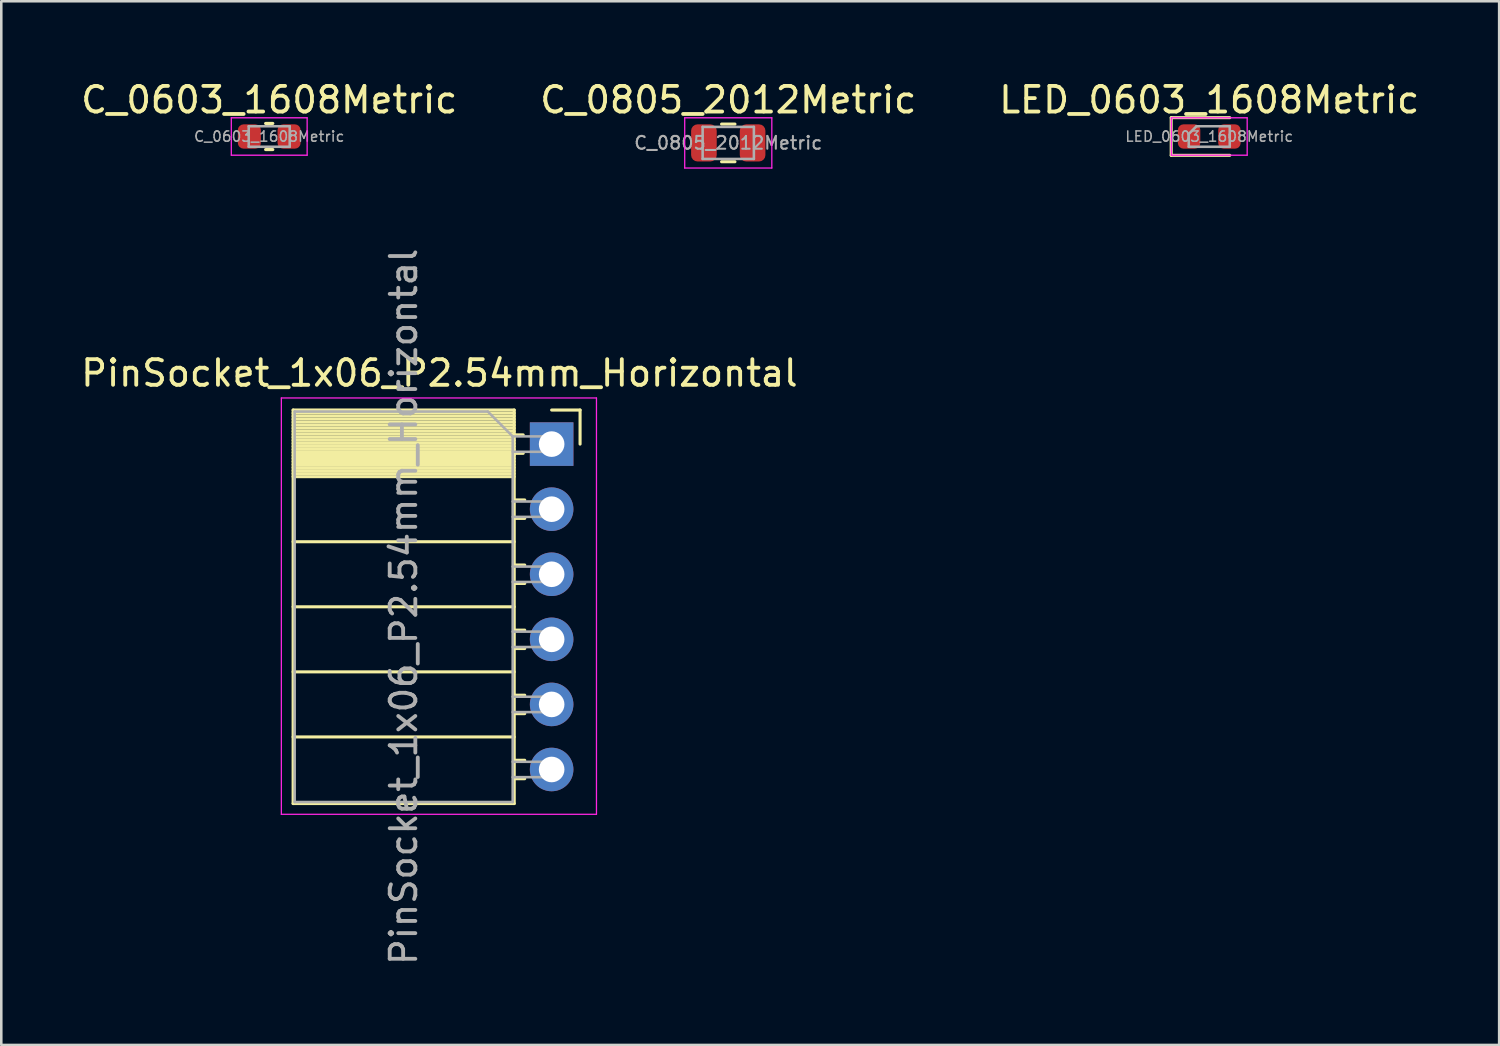
<source format=kicad_pcb>
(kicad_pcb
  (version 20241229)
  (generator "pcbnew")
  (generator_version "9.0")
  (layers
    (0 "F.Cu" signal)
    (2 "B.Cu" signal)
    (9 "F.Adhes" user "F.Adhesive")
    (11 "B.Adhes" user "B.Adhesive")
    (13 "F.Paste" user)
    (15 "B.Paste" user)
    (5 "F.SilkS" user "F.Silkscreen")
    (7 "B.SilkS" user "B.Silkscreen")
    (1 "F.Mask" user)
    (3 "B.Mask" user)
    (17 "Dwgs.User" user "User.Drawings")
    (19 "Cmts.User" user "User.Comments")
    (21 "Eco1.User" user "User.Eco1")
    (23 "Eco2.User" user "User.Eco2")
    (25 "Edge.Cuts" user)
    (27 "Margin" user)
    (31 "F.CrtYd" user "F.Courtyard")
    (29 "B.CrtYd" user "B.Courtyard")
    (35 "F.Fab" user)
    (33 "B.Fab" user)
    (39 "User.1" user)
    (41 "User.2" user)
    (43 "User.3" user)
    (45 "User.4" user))
  (footprint "C_0603_1608Metric"
    (layer "F.Cu")
    (at 7.458 2.278)
    (property "Reference" "C_0603_1608Metric" (at 0 -1.43 0) (layer "F.SilkS") (effects (font (size 1 1) (thickness 0.15))))
    (attr smd)
    (fp_line (start -0.141 -0.51) (end 0.141 -0.51) (stroke (width 0.12) (type solid)) (layer "F.SilkS"))
    (fp_line (start -0.141 0.51) (end 0.141 0.51) (stroke (width 0.12) (type solid)) (layer "F.SilkS"))
    (fp_line (start -1.48 -0.73) (end 1.48 -0.73) (stroke (width 0.05) (type solid)) (layer "F.CrtYd"))
    (fp_line (start -1.48 0.73) (end -1.48 -0.73) (stroke (width 0.05) (type solid)) (layer "F.CrtYd"))
    (fp_line (start 1.48 -0.73) (end 1.48 0.73) (stroke (width 0.05) (type solid)) (layer "F.CrtYd"))
    (fp_line (start 1.48 0.73) (end -1.48 0.73) (stroke (width 0.05) (type solid)) (layer "F.CrtYd"))
    (fp_line (start -0.8 -0.4) (end 0.8 -0.4) (stroke (width 0.1) (type solid)) (layer "F.Fab"))
    (fp_line (start -0.8 0.4) (end -0.8 -0.4) (stroke (width 0.1) (type solid)) (layer "F.Fab"))
    (fp_line (start 0.8 -0.4) (end 0.8 0.4) (stroke (width 0.1) (type solid)) (layer "F.Fab"))
    (fp_line (start 0.8 0.4) (end -0.8 0.4) (stroke (width 0.1) (type solid)) (layer "F.Fab"))
    (fp_text user "${REFERENCE}" (at 0 0 0) (layer "F.Fab") (effects (font (size 0.4 0.4) (thickness 0.06))))
    (pad "1" smd roundrect (at -0.775 0) (size 0.9 0.95) (layers "F.Cu" "F.Mask" "F.Paste") (roundrect_rratio 0.25))
    (pad "2" smd roundrect (at 0.775 0) (size 0.9 0.95) (layers "F.Cu" "F.Mask" "F.Paste") (roundrect_rratio 0.25)))
  (footprint "PinSocket_1x06_P2.54mm_Horizontal"
    (layer "F.Cu")
    (at 18.481 14.284)
    (property "Reference" "PinSocket_1x06_P2.54mm_Horizontal" (at -4.38 -2.77 0) (layer "F.SilkS") (effects (font (size 1 1) (thickness 0.15))))
    (attr through_hole)
    (fp_line (start -10.09 -1.33) (end -10.09 14.03) (stroke (width 0.12) (type solid)) (layer "F.SilkS"))
    (fp_line (start -10.09 -1.33) (end -1.46 -1.33) (stroke (width 0.12) (type solid)) (layer "F.SilkS"))
    (fp_line (start -10.09 -1.21) (end -1.46 -1.21) (stroke (width 0.12) (type solid)) (layer "F.SilkS"))
    (fp_line (start -10.09 -1.092) (end -1.46 -1.092) (stroke (width 0.12) (type solid)) (layer "F.SilkS"))
    (fp_line (start -10.09 -0.974) (end -1.46 -0.974) (stroke (width 0.12) (type solid)) (layer "F.SilkS"))
    (fp_line (start -10.09 -0.856) (end -1.46 -0.856) (stroke (width 0.12) (type solid)) (layer "F.SilkS"))
    (fp_line (start -10.09 -0.738) (end -1.46 -0.738) (stroke (width 0.12) (type solid)) (layer "F.SilkS"))
    (fp_line (start -10.09 -0.62) (end -1.46 -0.62) (stroke (width 0.12) (type solid)) (layer "F.SilkS"))
    (fp_line (start -10.09 -0.501) (end -1.46 -0.501) (stroke (width 0.12) (type solid)) (layer "F.SilkS"))
    (fp_line (start -10.09 -0.383) (end -1.46 -0.383) (stroke (width 0.12) (type solid)) (layer "F.SilkS"))
    (fp_line (start -10.09 -0.265) (end -1.46 -0.265) (stroke (width 0.12) (type solid)) (layer "F.SilkS"))
    (fp_line (start -10.09 -0.147) (end -1.46 -0.147) (stroke (width 0.12) (type solid)) (layer "F.SilkS"))
    (fp_line (start -10.09 -0.029) (end -1.46 -0.029) (stroke (width 0.12) (type solid)) (layer "F.SilkS"))
    (fp_line (start -10.09 0.089) (end -1.46 0.089) (stroke (width 0.12) (type solid)) (layer "F.SilkS"))
    (fp_line (start -10.09 0.207) (end -1.46 0.207) (stroke (width 0.12) (type solid)) (layer "F.SilkS"))
    (fp_line (start -10.09 0.325) (end -1.46 0.325) (stroke (width 0.12) (type solid)) (layer "F.SilkS"))
    (fp_line (start -10.09 0.443) (end -1.46 0.443) (stroke (width 0.12) (type solid)) (layer "F.SilkS"))
    (fp_line (start -10.09 0.561) (end -1.46 0.561) (stroke (width 0.12) (type solid)) (layer "F.SilkS"))
    (fp_line (start -10.09 0.68) (end -1.46 0.68) (stroke (width 0.12) (type solid)) (layer "F.SilkS"))
    (fp_line (start -10.09 0.798) (end -1.46 0.798) (stroke (width 0.12) (type solid)) (layer "F.SilkS"))
    (fp_line (start -10.09 0.916) (end -1.46 0.916) (stroke (width 0.12) (type solid)) (layer "F.SilkS"))
    (fp_line (start -10.09 1.034) (end -1.46 1.034) (stroke (width 0.12) (type solid)) (layer "F.SilkS"))
    (fp_line (start -10.09 1.152) (end -1.46 1.152) (stroke (width 0.12) (type solid)) (layer "F.SilkS"))
    (fp_line (start -10.09 1.27) (end -1.46 1.27) (stroke (width 0.12) (type solid)) (layer "F.SilkS"))
    (fp_line (start -10.09 3.81) (end -1.46 3.81) (stroke (width 0.12) (type solid)) (layer "F.SilkS"))
    (fp_line (start -10.09 6.35) (end -1.46 6.35) (stroke (width 0.12) (type solid)) (layer "F.SilkS"))
    (fp_line (start -10.09 8.89) (end -1.46 8.89) (stroke (width 0.12) (type solid)) (layer "F.SilkS"))
    (fp_line (start -10.09 11.43) (end -1.46 11.43) (stroke (width 0.12) (type solid)) (layer "F.SilkS"))
    (fp_line (start -10.09 14.03) (end -1.46 14.03) (stroke (width 0.12) (type solid)) (layer "F.SilkS"))
    (fp_line (start -1.46 -1.33) (end -1.46 14.03) (stroke (width 0.12) (type solid)) (layer "F.SilkS"))
    (fp_line (start -1.46 -0.36) (end -1.11 -0.36) (stroke (width 0.12) (type solid)) (layer "F.SilkS"))
    (fp_line (start -1.46 0.36) (end -1.11 0.36) (stroke (width 0.12) (type solid)) (layer "F.SilkS"))
    (fp_line (start -1.46 2.18) (end -1.05 2.18) (stroke (width 0.12) (type solid)) (layer "F.SilkS"))
    (fp_line (start -1.46 2.9) (end -1.05 2.9) (stroke (width 0.12) (type solid)) (layer "F.SilkS"))
    (fp_line (start -1.46 4.72) (end -1.05 4.72) (stroke (width 0.12) (type solid)) (layer "F.SilkS"))
    (fp_line (start -1.46 5.44) (end -1.05 5.44) (stroke (width 0.12) (type solid)) (layer "F.SilkS"))
    (fp_line (start -1.46 7.26) (end -1.05 7.26) (stroke (width 0.12) (type solid)) (layer "F.SilkS"))
    (fp_line (start -1.46 7.98) (end -1.05 7.98) (stroke (width 0.12) (type solid)) (layer "F.SilkS"))
    (fp_line (start -1.46 9.8) (end -1.05 9.8) (stroke (width 0.12) (type solid)) (layer "F.SilkS"))
    (fp_line (start -1.46 10.52) (end -1.05 10.52) (stroke (width 0.12) (type solid)) (layer "F.SilkS"))
    (fp_line (start -1.46 12.34) (end -1.05 12.34) (stroke (width 0.12) (type solid)) (layer "F.SilkS"))
    (fp_line (start -1.46 13.06) (end -1.05 13.06) (stroke (width 0.12) (type solid)) (layer "F.SilkS"))
    (fp_line (start 0 -1.33) (end 1.11 -1.33) (stroke (width 0.12) (type solid)) (layer "F.SilkS"))
    (fp_line (start 1.11 -1.33) (end 1.11 0) (stroke (width 0.12) (type solid)) (layer "F.SilkS"))
    (fp_line (start -10.55 -1.8) (end -10.55 14.45) (stroke (width 0.05) (type solid)) (layer "F.CrtYd"))
    (fp_line (start -10.55 14.45) (end 1.75 14.45) (stroke (width 0.05) (type solid)) (layer "F.CrtYd"))
    (fp_line (start 1.75 -1.8) (end -10.55 -1.8) (stroke (width 0.05) (type solid)) (layer "F.CrtYd"))
    (fp_line (start 1.75 14.45) (end 1.75 -1.8) (stroke (width 0.05) (type solid)) (layer "F.CrtYd"))
    (fp_line (start -10.03 -1.27) (end -2.49 -1.27) (stroke (width 0.1) (type solid)) (layer "F.Fab"))
    (fp_line (start -10.03 13.97) (end -10.03 -1.27) (stroke (width 0.1) (type solid)) (layer "F.Fab"))
    (fp_line (start -2.49 -1.27) (end -1.52 -0.3) (stroke (width 0.1) (type solid)) (layer "F.Fab"))
    (fp_line (start -1.52 -0.3) (end -1.52 13.97) (stroke (width 0.1) (type solid)) (layer "F.Fab"))
    (fp_line (start -1.52 0.3) (end 0 0.3) (stroke (width 0.1) (type solid)) (layer "F.Fab"))
    (fp_line (start -1.52 2.84) (end 0 2.84) (stroke (width 0.1) (type solid)) (layer "F.Fab"))
    (fp_line (start -1.52 5.38) (end 0 5.38) (stroke (width 0.1) (type solid)) (layer "F.Fab"))
    (fp_line (start -1.52 7.92) (end 0 7.92) (stroke (width 0.1) (type solid)) (layer "F.Fab"))
    (fp_line (start -1.52 10.46) (end 0 10.46) (stroke (width 0.1) (type solid)) (layer "F.Fab"))
    (fp_line (start -1.52 13) (end 0 13) (stroke (width 0.1) (type solid)) (layer "F.Fab"))
    (fp_line (start -1.52 13.97) (end -10.03 13.97) (stroke (width 0.1) (type solid)) (layer "F.Fab"))
    (fp_line (start 0 -0.3) (end -1.52 -0.3) (stroke (width 0.1) (type solid)) (layer "F.Fab"))
    (fp_line (start 0 0.3) (end 0 -0.3) (stroke (width 0.1) (type solid)) (layer "F.Fab"))
    (fp_line (start 0 2.24) (end -1.52 2.24) (stroke (width 0.1) (type solid)) (layer "F.Fab"))
    (fp_line (start 0 2.84) (end 0 2.24) (stroke (width 0.1) (type solid)) (layer "F.Fab"))
    (fp_line (start 0 4.78) (end -1.52 4.78) (stroke (width 0.1) (type solid)) (layer "F.Fab"))
    (fp_line (start 0 5.38) (end 0 4.78) (stroke (width 0.1) (type solid)) (layer "F.Fab"))
    (fp_line (start 0 7.32) (end -1.52 7.32) (stroke (width 0.1) (type solid)) (layer "F.Fab"))
    (fp_line (start 0 7.92) (end 0 7.32) (stroke (width 0.1) (type solid)) (layer "F.Fab"))
    (fp_line (start 0 9.86) (end -1.52 9.86) (stroke (width 0.1) (type solid)) (layer "F.Fab"))
    (fp_line (start 0 10.46) (end 0 9.86) (stroke (width 0.1) (type solid)) (layer "F.Fab"))
    (fp_line (start 0 12.4) (end -1.52 12.4) (stroke (width 0.1) (type solid)) (layer "F.Fab"))
    (fp_line (start 0 13) (end 0 12.4) (stroke (width 0.1) (type solid)) (layer "F.Fab"))
    (fp_text user "${REFERENCE}" (at -5.775 6.35 90) (layer "F.Fab") (effects (font (size 1 1) (thickness 0.15))))
    (pad "1" thru_hole rect (at 0 0) (size 1.7 1.7) (drill 1) (layers "*.Cu" "*.Mask"))
    (pad "2" thru_hole oval (at 0 2.54) (size 1.7 1.7) (drill 1) (layers "*.Cu" "*.Mask"))
    (pad "3" thru_hole oval (at 0 5.08) (size 1.7 1.7) (drill 1) (layers "*.Cu" "*.Mask"))
    (pad "4" thru_hole oval (at 0 7.62) (size 1.7 1.7) (drill 1) (layers "*.Cu" "*.Mask"))
    (pad "5" thru_hole oval (at 0 10.16) (size 1.7 1.7) (drill 1) (layers "*.Cu" "*.Mask"))
    (pad "6" thru_hole oval (at 0 12.7) (size 1.7 1.7) (drill 1) (layers "*.Cu" "*.Mask")))
  (footprint "C_0805_2012Metric"
    (layer "F.Cu")
    (at 25.375 2.528)
    (property "Reference" "C_0805_2012Metric" (at 0 -1.68 0) (layer "F.SilkS") (effects (font (size 1 1) (thickness 0.15))))
    (attr smd)
    (fp_line (start -0.261 -0.735) (end 0.261 -0.735) (stroke (width 0.12) (type solid)) (layer "F.SilkS"))
    (fp_line (start -0.261 0.735) (end 0.261 0.735) (stroke (width 0.12) (type solid)) (layer "F.SilkS"))
    (fp_line (start -1.7 -0.98) (end 1.7 -0.98) (stroke (width 0.05) (type solid)) (layer "F.CrtYd"))
    (fp_line (start -1.7 0.98) (end -1.7 -0.98) (stroke (width 0.05) (type solid)) (layer "F.CrtYd"))
    (fp_line (start 1.7 -0.98) (end 1.7 0.98) (stroke (width 0.05) (type solid)) (layer "F.CrtYd"))
    (fp_line (start 1.7 0.98) (end -1.7 0.98) (stroke (width 0.05) (type solid)) (layer "F.CrtYd"))
    (fp_line (start -1 -0.625) (end 1 -0.625) (stroke (width 0.1) (type solid)) (layer "F.Fab"))
    (fp_line (start -1 0.625) (end -1 -0.625) (stroke (width 0.1) (type solid)) (layer "F.Fab"))
    (fp_line (start 1 -0.625) (end 1 0.625) (stroke (width 0.1) (type solid)) (layer "F.Fab"))
    (fp_line (start 1 0.625) (end -1 0.625) (stroke (width 0.1) (type solid)) (layer "F.Fab"))
    (fp_text user "${REFERENCE}" (at 0 0 0) (layer "F.Fab") (effects (font (size 0.5 0.5) (thickness 0.08))))
    (pad "1" smd roundrect (at -0.95 0) (size 1 1.45) (layers "F.Cu" "F.Mask" "F.Paste") (roundrect_rratio 0.25))
    (pad "2" smd roundrect (at 0.95 0) (size 1 1.45) (layers "F.Cu" "F.Mask" "F.Paste") (roundrect_rratio 0.25)))
  (footprint "LED_0603_1608Metric"
    (layer "F.Cu")
    (at 44.149 2.278)
    (property "Reference" "LED_0603_1608Metric" (at 0 -1.43 0) (layer "F.SilkS") (effects (font (size 1 1) (thickness 0.15))))
    (attr smd)
    (fp_line (start -1.485 -0.735) (end -1.485 0.735) (stroke (width 0.12) (type solid)) (layer "F.SilkS"))
    (fp_line (start -1.485 0.735) (end 0.8 0.735) (stroke (width 0.12) (type solid)) (layer "F.SilkS"))
    (fp_line (start 0.8 -0.735) (end -1.485 -0.735) (stroke (width 0.12) (type solid)) (layer "F.SilkS"))
    (fp_line (start -1.48 -0.73) (end 1.48 -0.73) (stroke (width 0.05) (type solid)) (layer "F.CrtYd"))
    (fp_line (start -1.48 0.73) (end -1.48 -0.73) (stroke (width 0.05) (type solid)) (layer "F.CrtYd"))
    (fp_line (start 1.48 -0.73) (end 1.48 0.73) (stroke (width 0.05) (type solid)) (layer "F.CrtYd"))
    (fp_line (start 1.48 0.73) (end -1.48 0.73) (stroke (width 0.05) (type solid)) (layer "F.CrtYd"))
    (fp_line (start -0.8 -0.1) (end -0.8 0.4) (stroke (width 0.1) (type solid)) (layer "F.Fab"))
    (fp_line (start -0.8 0.4) (end 0.8 0.4) (stroke (width 0.1) (type solid)) (layer "F.Fab"))
    (fp_line (start -0.5 -0.4) (end -0.8 -0.1) (stroke (width 0.1) (type solid)) (layer "F.Fab"))
    (fp_line (start 0.8 -0.4) (end -0.5 -0.4) (stroke (width 0.1) (type solid)) (layer "F.Fab"))
    (fp_line (start 0.8 0.4) (end 0.8 -0.4) (stroke (width 0.1) (type solid)) (layer "F.Fab"))
    (fp_text user "${REFERENCE}" (at 0 0 0) (layer "F.Fab") (effects (font (size 0.4 0.4) (thickness 0.06))))
    (pad "1" smd roundrect (at -0.787 0) (size 0.875 0.95) (layers "F.Cu" "F.Mask" "F.Paste") (roundrect_rratio 0.25))
    (pad "2" smd roundrect (at 0.787 0) (size 0.875 0.95) (layers "F.Cu" "F.Mask" "F.Paste") (roundrect_rratio 0.25)))
  (gr_rect
    (start -3 -3)
    (end 55.464 37.736)
    (stroke (width 0.1) (type default))
    (fill no)
    (layer "Edge.Cuts")))
</source>
